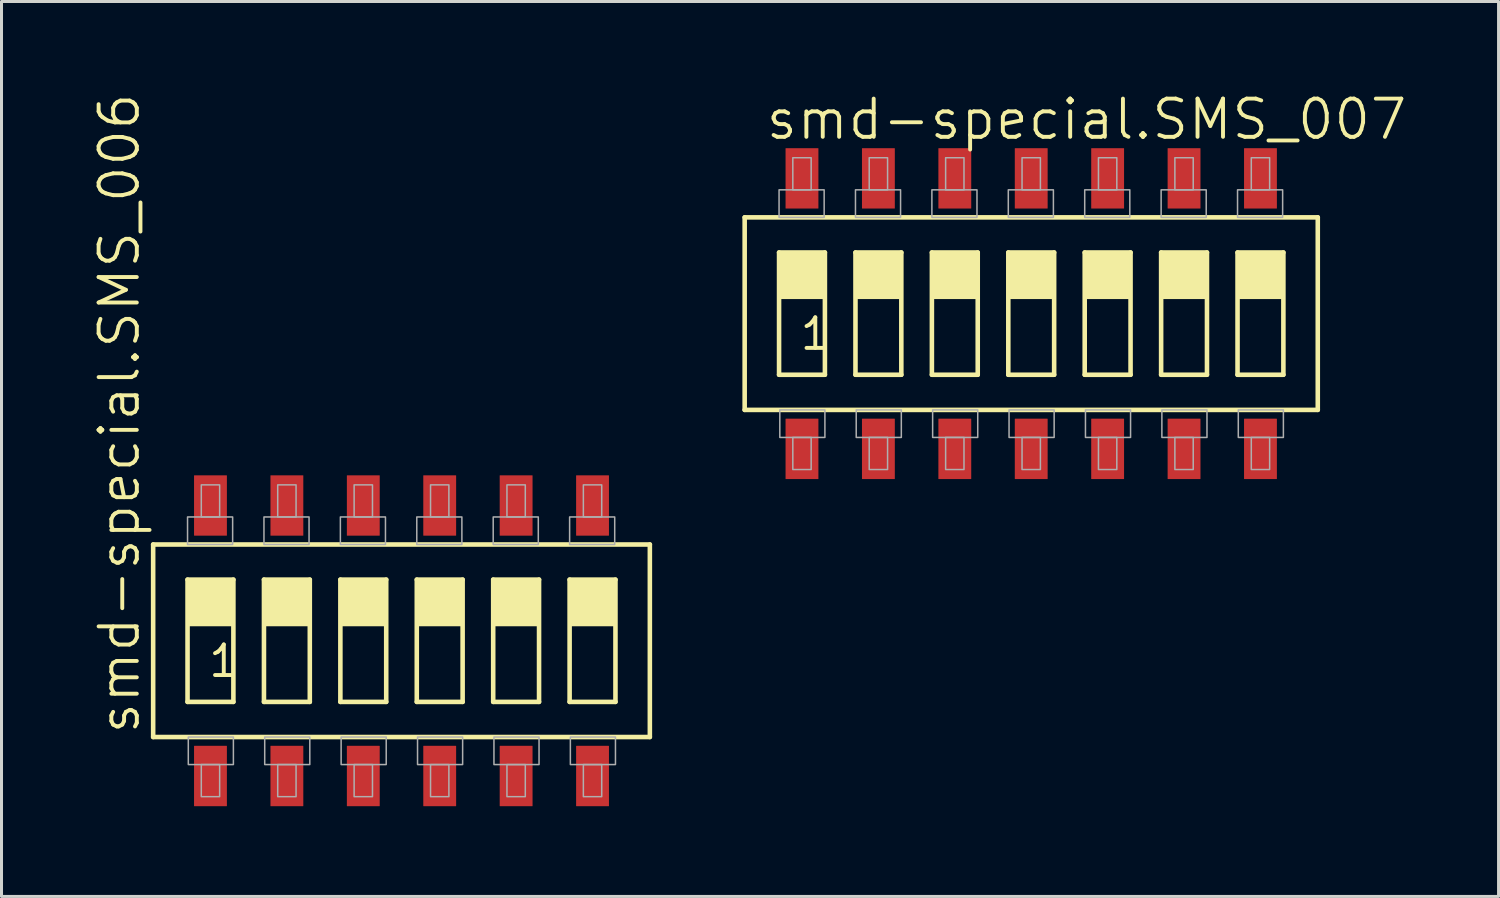
<source format=kicad_pcb>
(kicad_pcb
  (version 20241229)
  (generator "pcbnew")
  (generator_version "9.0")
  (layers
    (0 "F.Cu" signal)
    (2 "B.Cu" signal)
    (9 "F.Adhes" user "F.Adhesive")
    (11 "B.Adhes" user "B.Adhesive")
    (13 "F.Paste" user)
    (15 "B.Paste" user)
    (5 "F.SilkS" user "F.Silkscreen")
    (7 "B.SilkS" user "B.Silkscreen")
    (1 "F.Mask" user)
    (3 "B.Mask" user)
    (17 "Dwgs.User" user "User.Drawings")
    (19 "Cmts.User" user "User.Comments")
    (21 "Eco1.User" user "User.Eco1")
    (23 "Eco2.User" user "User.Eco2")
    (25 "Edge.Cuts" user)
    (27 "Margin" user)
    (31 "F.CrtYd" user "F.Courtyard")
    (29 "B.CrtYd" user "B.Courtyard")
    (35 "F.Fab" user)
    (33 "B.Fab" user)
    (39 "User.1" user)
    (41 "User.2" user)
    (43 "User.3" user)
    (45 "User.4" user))
  (footprint "smd-special.SMS_007"
    (layer "F.Cu")
    (at 31.228 7.375)
    (property "Reference" "smd-special.SMS_007" (at -8.89 -5.715 0) (layer "F.SilkS") (effects (font (size 1.27 1.27) (thickness 0.13)) (justify left bottom)))
    (attr smd)
    (fp_line (start -9.525 3.2) (end -9.525 -3.2) (stroke (width 0.152) (type default)) (layer "F.SilkS"))
    (fp_line (start -9.525 3.2) (end 9.525 3.2) (stroke (width 0.152) (type default)) (layer "F.SilkS"))
    (fp_line (start -8.382 -2.032) (end -6.858 -2.032) (stroke (width 0.152) (type default)) (layer "F.SilkS"))
    (fp_line (start -8.382 2.032) (end -8.382 -2.032) (stroke (width 0.152) (type default)) (layer "F.SilkS"))
    (fp_line (start -6.858 -2.032) (end -6.858 2.032) (stroke (width 0.152) (type default)) (layer "F.SilkS"))
    (fp_line (start -6.858 2.032) (end -8.382 2.032) (stroke (width 0.152) (type default)) (layer "F.SilkS"))
    (fp_line (start -5.842 -2.032) (end -4.318 -2.032) (stroke (width 0.152) (type default)) (layer "F.SilkS"))
    (fp_line (start -5.842 2.032) (end -5.842 -2.032) (stroke (width 0.152) (type default)) (layer "F.SilkS"))
    (fp_line (start -4.318 -2.032) (end -4.318 2.032) (stroke (width 0.152) (type default)) (layer "F.SilkS"))
    (fp_line (start -4.318 2.032) (end -5.842 2.032) (stroke (width 0.152) (type default)) (layer "F.SilkS"))
    (fp_line (start -3.302 -2.032) (end -1.778 -2.032) (stroke (width 0.152) (type default)) (layer "F.SilkS"))
    (fp_line (start -3.302 2.032) (end -3.302 -2.032) (stroke (width 0.152) (type default)) (layer "F.SilkS"))
    (fp_line (start -1.778 -2.032) (end -1.778 2.032) (stroke (width 0.152) (type default)) (layer "F.SilkS"))
    (fp_line (start -1.778 2.032) (end -3.302 2.032) (stroke (width 0.152) (type default)) (layer "F.SilkS"))
    (fp_line (start -0.762 -2.032) (end 0.762 -2.032) (stroke (width 0.152) (type default)) (layer "F.SilkS"))
    (fp_line (start -0.762 2.032) (end -0.762 -2.032) (stroke (width 0.152) (type default)) (layer "F.SilkS"))
    (fp_line (start 0.762 -2.032) (end 0.762 2.032) (stroke (width 0.152) (type default)) (layer "F.SilkS"))
    (fp_line (start 0.762 2.032) (end -0.762 2.032) (stroke (width 0.152) (type default)) (layer "F.SilkS"))
    (fp_line (start 1.778 -2.032) (end 3.302 -2.032) (stroke (width 0.152) (type default)) (layer "F.SilkS"))
    (fp_line (start 1.778 2.032) (end 1.778 -2.032) (stroke (width 0.152) (type default)) (layer "F.SilkS"))
    (fp_line (start 3.302 -2.032) (end 3.302 2.032) (stroke (width 0.152) (type default)) (layer "F.SilkS"))
    (fp_line (start 3.302 2.032) (end 1.778 2.032) (stroke (width 0.152) (type default)) (layer "F.SilkS"))
    (fp_line (start 4.318 -2.032) (end 5.842 -2.032) (stroke (width 0.152) (type default)) (layer "F.SilkS"))
    (fp_line (start 4.318 2.032) (end 4.318 -2.032) (stroke (width 0.152) (type default)) (layer "F.SilkS"))
    (fp_line (start 5.842 -2.032) (end 5.842 2.032) (stroke (width 0.152) (type default)) (layer "F.SilkS"))
    (fp_line (start 5.842 2.032) (end 4.318 2.032) (stroke (width 0.152) (type default)) (layer "F.SilkS"))
    (fp_line (start 6.858 -2.032) (end 8.382 -2.032) (stroke (width 0.152) (type default)) (layer "F.SilkS"))
    (fp_line (start 6.858 2.032) (end 6.858 -2.032) (stroke (width 0.152) (type default)) (layer "F.SilkS"))
    (fp_line (start 8.382 -2.032) (end 8.382 2.032) (stroke (width 0.152) (type default)) (layer "F.SilkS"))
    (fp_line (start 8.382 2.032) (end 6.858 2.032) (stroke (width 0.152) (type default)) (layer "F.SilkS"))
    (fp_line (start 9.525 -3.2) (end -9.525 -3.2) (stroke (width 0.152) (type default)) (layer "F.SilkS"))
    (fp_line (start 9.525 -3.2) (end 9.525 3.2) (stroke (width 0.152) (type default)) (layer "F.SilkS"))
    (fp_rect (start -8.382 -0.508) (end -6.858 -2.032) (stroke (width 0.05) (type default)) (fill yes) (layer "F.SilkS"))
    (fp_rect (start -5.842 -0.508) (end -4.318 -2.032) (stroke (width 0.05) (type default)) (fill yes) (layer "F.SilkS"))
    (fp_rect (start -3.302 -0.508) (end -1.778 -2.032) (stroke (width 0.05) (type default)) (fill yes) (layer "F.SilkS"))
    (fp_rect (start -0.762 -0.508) (end 0.762 -2.032) (stroke (width 0.05) (type default)) (fill yes) (layer "F.SilkS"))
    (fp_rect (start 1.778 -0.508) (end 3.302 -2.032) (stroke (width 0.05) (type default)) (fill yes) (layer "F.SilkS"))
    (fp_rect (start 4.318 -0.508) (end 5.842 -2.032) (stroke (width 0.05) (type default)) (fill yes) (layer "F.SilkS"))
    (fp_rect (start 6.858 -0.508) (end 8.382 -2.032) (stroke (width 0.05) (type default)) (fill yes) (layer "F.SilkS"))
    (fp_rect (start -8.382 -3.2) (end -6.883 -4.115) (stroke (width 0.05) (type default)) (fill no) (layer "F.Fab"))
    (fp_rect (start -8.357 4.115) (end -6.858 3.2) (stroke (width 0.05) (type default)) (fill no) (layer "F.Fab"))
    (fp_rect (start -7.925 -4.115) (end -7.315 -5.182) (stroke (width 0.05) (type default)) (fill no) (layer "F.Fab"))
    (fp_rect (start -7.925 5.182) (end -7.315 4.115) (stroke (width 0.05) (type default)) (fill no) (layer "F.Fab"))
    (fp_rect (start -5.842 -3.2) (end -4.343 -4.115) (stroke (width 0.05) (type default)) (fill no) (layer "F.Fab"))
    (fp_rect (start -5.817 4.115) (end -4.318 3.2) (stroke (width 0.05) (type default)) (fill no) (layer "F.Fab"))
    (fp_rect (start -5.385 -4.115) (end -4.775 -5.182) (stroke (width 0.05) (type default)) (fill no) (layer "F.Fab"))
    (fp_rect (start -5.385 5.182) (end -4.775 4.115) (stroke (width 0.05) (type default)) (fill no) (layer "F.Fab"))
    (fp_rect (start -3.302 -3.2) (end -1.803 -4.115) (stroke (width 0.05) (type default)) (fill no) (layer "F.Fab"))
    (fp_rect (start -3.277 4.115) (end -1.778 3.2) (stroke (width 0.05) (type default)) (fill no) (layer "F.Fab"))
    (fp_rect (start -2.845 -4.115) (end -2.235 -5.182) (stroke (width 0.05) (type default)) (fill no) (layer "F.Fab"))
    (fp_rect (start -2.845 5.182) (end -2.235 4.115) (stroke (width 0.05) (type default)) (fill no) (layer "F.Fab"))
    (fp_rect (start -0.762 -3.2) (end 0.737 -4.115) (stroke (width 0.05) (type default)) (fill no) (layer "F.Fab"))
    (fp_rect (start -0.737 4.115) (end 0.762 3.2) (stroke (width 0.05) (type default)) (fill no) (layer "F.Fab"))
    (fp_rect (start -0.305 -4.115) (end 0.305 -5.182) (stroke (width 0.05) (type default)) (fill no) (layer "F.Fab"))
    (fp_rect (start -0.305 5.182) (end 0.305 4.115) (stroke (width 0.05) (type default)) (fill no) (layer "F.Fab"))
    (fp_rect (start 1.778 -3.2) (end 3.277 -4.115) (stroke (width 0.05) (type default)) (fill no) (layer "F.Fab"))
    (fp_rect (start 1.803 4.115) (end 3.302 3.2) (stroke (width 0.05) (type default)) (fill no) (layer "F.Fab"))
    (fp_rect (start 2.235 -4.115) (end 2.845 -5.182) (stroke (width 0.05) (type default)) (fill no) (layer "F.Fab"))
    (fp_rect (start 2.235 5.182) (end 2.845 4.115) (stroke (width 0.05) (type default)) (fill no) (layer "F.Fab"))
    (fp_rect (start 4.318 -3.2) (end 5.817 -4.115) (stroke (width 0.05) (type default)) (fill no) (layer "F.Fab"))
    (fp_rect (start 4.343 4.115) (end 5.842 3.2) (stroke (width 0.05) (type default)) (fill no) (layer "F.Fab"))
    (fp_rect (start 4.775 -4.115) (end 5.385 -5.182) (stroke (width 0.05) (type default)) (fill no) (layer "F.Fab"))
    (fp_rect (start 4.775 5.182) (end 5.385 4.115) (stroke (width 0.05) (type default)) (fill no) (layer "F.Fab"))
    (fp_rect (start 6.858 -3.2) (end 8.357 -4.115) (stroke (width 0.05) (type default)) (fill no) (layer "F.Fab"))
    (fp_rect (start 6.883 4.115) (end 8.382 3.2) (stroke (width 0.05) (type default)) (fill no) (layer "F.Fab"))
    (fp_rect (start 7.315 -4.115) (end 7.925 -5.182) (stroke (width 0.05) (type default)) (fill no) (layer "F.Fab"))
    (fp_rect (start 7.315 5.182) (end 7.925 4.115) (stroke (width 0.05) (type default)) (fill no) (layer "F.Fab"))
    (fp_text user "1" (at -7.747 1.27 0) (layer "F.SilkS") (effects (font (size 1.016 1.016) (thickness 0.13)) (justify left bottom)))
    (pad "1" smd roundrect (at -7.62 4.496) (size 1.092 2.007) (layers "F.Cu" "F.Mask" "F.Paste") (roundrect_rratio 0.01))
    (pad "2" smd roundrect (at -5.08 4.496) (size 1.092 2.007) (layers "F.Cu" "F.Mask" "F.Paste") (roundrect_rratio 0.01))
    (pad "3" smd roundrect (at -2.54 4.496) (size 1.092 2.007) (layers "F.Cu" "F.Mask" "F.Paste") (roundrect_rratio 0.01))
    (pad "4" smd roundrect (at 0 4.496) (size 1.092 2.007) (layers "F.Cu" "F.Mask" "F.Paste") (roundrect_rratio 0.01))
    (pad "5" smd roundrect (at 2.54 4.496) (size 1.092 2.007) (layers "F.Cu" "F.Mask" "F.Paste") (roundrect_rratio 0.01))
    (pad "6" smd roundrect (at 5.08 4.496) (size 1.092 2.007) (layers "F.Cu" "F.Mask" "F.Paste") (roundrect_rratio 0.01))
    (pad "7" smd roundrect (at 7.62 4.496) (size 1.092 2.007) (layers "F.Cu" "F.Mask" "F.Paste") (roundrect_rratio 0.01))
    (pad "8" smd roundrect (at 7.62 -4.496) (size 1.092 2.007) (layers "F.Cu" "F.Mask" "F.Paste") (roundrect_rratio 0.01))
    (pad "9" smd roundrect (at 5.08 -4.496) (size 1.092 2.007) (layers "F.Cu" "F.Mask" "F.Paste") (roundrect_rratio 0.01))
    (pad "10" smd roundrect (at 2.54 -4.496) (size 1.092 2.007) (layers "F.Cu" "F.Mask" "F.Paste") (roundrect_rratio 0.01))
    (pad "11" smd roundrect (at 0 -4.496) (size 1.092 2.007) (layers "F.Cu" "F.Mask" "F.Paste") (roundrect_rratio 0.01))
    (pad "12" smd roundrect (at -2.54 -4.496) (size 1.092 2.007) (layers "F.Cu" "F.Mask" "F.Paste") (roundrect_rratio 0.01))
    (pad "13" smd roundrect (at -5.08 -4.496) (size 1.092 2.007) (layers "F.Cu" "F.Mask" "F.Paste") (roundrect_rratio 0.01))
    (pad "14" smd roundrect (at -7.62 -4.496) (size 1.092 2.007) (layers "F.Cu" "F.Mask" "F.Paste") (roundrect_rratio 0.01)))
  (footprint "smd-special.SMS_006"
    (layer "F.Cu")
    (at 10.296 18.249)
    (property "Reference" "smd-special.SMS_006" (at -8.636 3.175 90) (layer "F.SilkS") (effects (font (size 1.27 1.27) (thickness 0.13)) (justify left bottom)))
    (attr smd)
    (fp_line (start -8.255 3.2) (end -8.255 -3.2) (stroke (width 0.152) (type default)) (layer "F.SilkS"))
    (fp_line (start -8.255 3.2) (end 8.255 3.2) (stroke (width 0.152) (type default)) (layer "F.SilkS"))
    (fp_line (start -7.112 -2.032) (end -5.588 -2.032) (stroke (width 0.152) (type default)) (layer "F.SilkS"))
    (fp_line (start -7.112 2.032) (end -7.112 -2.032) (stroke (width 0.152) (type default)) (layer "F.SilkS"))
    (fp_line (start -5.588 -2.032) (end -5.588 2.032) (stroke (width 0.152) (type default)) (layer "F.SilkS"))
    (fp_line (start -5.588 2.032) (end -7.112 2.032) (stroke (width 0.152) (type default)) (layer "F.SilkS"))
    (fp_line (start -4.572 -2.032) (end -3.048 -2.032) (stroke (width 0.152) (type default)) (layer "F.SilkS"))
    (fp_line (start -4.572 2.032) (end -4.572 -2.032) (stroke (width 0.152) (type default)) (layer "F.SilkS"))
    (fp_line (start -3.048 -2.032) (end -3.048 2.032) (stroke (width 0.152) (type default)) (layer "F.SilkS"))
    (fp_line (start -3.048 2.032) (end -4.572 2.032) (stroke (width 0.152) (type default)) (layer "F.SilkS"))
    (fp_line (start -2.032 -2.032) (end -0.508 -2.032) (stroke (width 0.152) (type default)) (layer "F.SilkS"))
    (fp_line (start -2.032 2.032) (end -2.032 -2.032) (stroke (width 0.152) (type default)) (layer "F.SilkS"))
    (fp_line (start -0.508 -2.032) (end -0.508 2.032) (stroke (width 0.152) (type default)) (layer "F.SilkS"))
    (fp_line (start -0.508 2.032) (end -2.032 2.032) (stroke (width 0.152) (type default)) (layer "F.SilkS"))
    (fp_line (start 0.508 -2.032) (end 2.032 -2.032) (stroke (width 0.152) (type default)) (layer "F.SilkS"))
    (fp_line (start 0.508 2.032) (end 0.508 -2.032) (stroke (width 0.152) (type default)) (layer "F.SilkS"))
    (fp_line (start 2.032 -2.032) (end 2.032 2.032) (stroke (width 0.152) (type default)) (layer "F.SilkS"))
    (fp_line (start 2.032 2.032) (end 0.508 2.032) (stroke (width 0.152) (type default)) (layer "F.SilkS"))
    (fp_line (start 3.048 -2.032) (end 4.572 -2.032) (stroke (width 0.152) (type default)) (layer "F.SilkS"))
    (fp_line (start 3.048 2.032) (end 3.048 -2.032) (stroke (width 0.152) (type default)) (layer "F.SilkS"))
    (fp_line (start 4.572 -2.032) (end 4.572 2.032) (stroke (width 0.152) (type default)) (layer "F.SilkS"))
    (fp_line (start 4.572 2.032) (end 3.048 2.032) (stroke (width 0.152) (type default)) (layer "F.SilkS"))
    (fp_line (start 5.588 -2.032) (end 7.112 -2.032) (stroke (width 0.152) (type default)) (layer "F.SilkS"))
    (fp_line (start 5.588 2.032) (end 5.588 -2.032) (stroke (width 0.152) (type default)) (layer "F.SilkS"))
    (fp_line (start 7.112 -2.032) (end 7.112 2.032) (stroke (width 0.152) (type default)) (layer "F.SilkS"))
    (fp_line (start 7.112 2.032) (end 5.588 2.032) (stroke (width 0.152) (type default)) (layer "F.SilkS"))
    (fp_line (start 8.255 -3.2) (end -8.255 -3.2) (stroke (width 0.152) (type default)) (layer "F.SilkS"))
    (fp_line (start 8.255 -3.2) (end 8.255 3.2) (stroke (width 0.152) (type default)) (layer "F.SilkS"))
    (fp_rect (start -7.112 -0.508) (end -5.588 -2.032) (stroke (width 0.05) (type default)) (fill yes) (layer "F.SilkS"))
    (fp_rect (start -4.572 -0.508) (end -3.048 -2.032) (stroke (width 0.05) (type default)) (fill yes) (layer "F.SilkS"))
    (fp_rect (start -2.032 -0.508) (end -0.508 -2.032) (stroke (width 0.05) (type default)) (fill yes) (layer "F.SilkS"))
    (fp_rect (start 0.508 -0.508) (end 2.032 -2.032) (stroke (width 0.05) (type default)) (fill yes) (layer "F.SilkS"))
    (fp_rect (start 3.048 -0.508) (end 4.572 -2.032) (stroke (width 0.05) (type default)) (fill yes) (layer "F.SilkS"))
    (fp_rect (start 5.588 -0.508) (end 7.112 -2.032) (stroke (width 0.05) (type default)) (fill yes) (layer "F.SilkS"))
    (fp_rect (start -7.112 -3.2) (end -5.613 -4.115) (stroke (width 0.05) (type default)) (fill no) (layer "F.Fab"))
    (fp_rect (start -7.087 4.115) (end -5.588 3.2) (stroke (width 0.05) (type default)) (fill no) (layer "F.Fab"))
    (fp_rect (start -6.655 -4.115) (end -6.045 -5.182) (stroke (width 0.05) (type default)) (fill no) (layer "F.Fab"))
    (fp_rect (start -6.655 5.182) (end -6.045 4.115) (stroke (width 0.05) (type default)) (fill no) (layer "F.Fab"))
    (fp_rect (start -4.572 -3.2) (end -3.073 -4.115) (stroke (width 0.05) (type default)) (fill no) (layer "F.Fab"))
    (fp_rect (start -4.547 4.115) (end -3.048 3.2) (stroke (width 0.05) (type default)) (fill no) (layer "F.Fab"))
    (fp_rect (start -4.115 -4.115) (end -3.505 -5.182) (stroke (width 0.05) (type default)) (fill no) (layer "F.Fab"))
    (fp_rect (start -4.115 5.182) (end -3.505 4.115) (stroke (width 0.05) (type default)) (fill no) (layer "F.Fab"))
    (fp_rect (start -2.032 -3.2) (end -0.533 -4.115) (stroke (width 0.05) (type default)) (fill no) (layer "F.Fab"))
    (fp_rect (start -2.007 4.115) (end -0.508 3.2) (stroke (width 0.05) (type default)) (fill no) (layer "F.Fab"))
    (fp_rect (start -1.575 -4.115) (end -0.965 -5.182) (stroke (width 0.05) (type default)) (fill no) (layer "F.Fab"))
    (fp_rect (start -1.575 5.182) (end -0.965 4.115) (stroke (width 0.05) (type default)) (fill no) (layer "F.Fab"))
    (fp_rect (start 0.508 -3.2) (end 2.007 -4.115) (stroke (width 0.05) (type default)) (fill no) (layer "F.Fab"))
    (fp_rect (start 0.533 4.115) (end 2.032 3.2) (stroke (width 0.05) (type default)) (fill no) (layer "F.Fab"))
    (fp_rect (start 0.965 -4.115) (end 1.575 -5.182) (stroke (width 0.05) (type default)) (fill no) (layer "F.Fab"))
    (fp_rect (start 0.965 5.182) (end 1.575 4.115) (stroke (width 0.05) (type default)) (fill no) (layer "F.Fab"))
    (fp_rect (start 3.048 -3.2) (end 4.547 -4.115) (stroke (width 0.05) (type default)) (fill no) (layer "F.Fab"))
    (fp_rect (start 3.073 4.115) (end 4.572 3.2) (stroke (width 0.05) (type default)) (fill no) (layer "F.Fab"))
    (fp_rect (start 3.505 -4.115) (end 4.115 -5.182) (stroke (width 0.05) (type default)) (fill no) (layer "F.Fab"))
    (fp_rect (start 3.505 5.182) (end 4.115 4.115) (stroke (width 0.05) (type default)) (fill no) (layer "F.Fab"))
    (fp_rect (start 5.588 -3.2) (end 7.087 -4.115) (stroke (width 0.05) (type default)) (fill no) (layer "F.Fab"))
    (fp_rect (start 5.613 4.115) (end 7.112 3.2) (stroke (width 0.05) (type default)) (fill no) (layer "F.Fab"))
    (fp_rect (start 6.045 -4.115) (end 6.655 -5.182) (stroke (width 0.05) (type default)) (fill no) (layer "F.Fab"))
    (fp_rect (start 6.045 5.182) (end 6.655 4.115) (stroke (width 0.05) (type default)) (fill no) (layer "F.Fab"))
    (fp_text user "1" (at -6.477 1.27 0) (layer "F.SilkS") (effects (font (size 1.016 1.016) (thickness 0.13)) (justify left bottom)))
    (pad "1" smd roundrect (at -6.35 4.496) (size 1.092 2.007) (layers "F.Cu" "F.Mask" "F.Paste") (roundrect_rratio 0.01))
    (pad "2" smd roundrect (at -3.81 4.496) (size 1.092 2.007) (layers "F.Cu" "F.Mask" "F.Paste") (roundrect_rratio 0.01))
    (pad "3" smd roundrect (at -1.27 4.496) (size 1.092 2.007) (layers "F.Cu" "F.Mask" "F.Paste") (roundrect_rratio 0.01))
    (pad "4" smd roundrect (at 1.27 4.496) (size 1.092 2.007) (layers "F.Cu" "F.Mask" "F.Paste") (roundrect_rratio 0.01))
    (pad "5" smd roundrect (at 3.81 4.496) (size 1.092 2.007) (layers "F.Cu" "F.Mask" "F.Paste") (roundrect_rratio 0.01))
    (pad "6" smd roundrect (at 6.35 4.496) (size 1.092 2.007) (layers "F.Cu" "F.Mask" "F.Paste") (roundrect_rratio 0.01))
    (pad "7" smd roundrect (at 6.35 -4.496) (size 1.092 2.007) (layers "F.Cu" "F.Mask" "F.Paste") (roundrect_rratio 0.01))
    (pad "8" smd roundrect (at 3.81 -4.496) (size 1.092 2.007) (layers "F.Cu" "F.Mask" "F.Paste") (roundrect_rratio 0.01))
    (pad "9" smd roundrect (at 1.27 -4.496) (size 1.092 2.007) (layers "F.Cu" "F.Mask" "F.Paste") (roundrect_rratio 0.01))
    (pad "10" smd roundrect (at -1.27 -4.496) (size 1.092 2.007) (layers "F.Cu" "F.Mask" "F.Paste") (roundrect_rratio 0.01))
    (pad "11" smd roundrect (at -3.81 -4.496) (size 1.092 2.007) (layers "F.Cu" "F.Mask" "F.Paste") (roundrect_rratio 0.01))
    (pad "12" smd roundrect (at -6.35 -4.496) (size 1.092 2.007) (layers "F.Cu" "F.Mask" "F.Paste") (roundrect_rratio 0.01)))
  (gr_rect
    (start -3 -3)
    (end 46.762 26.748)
    (stroke (width 0.1) (type default))
    (fill no)
    (layer "Edge.Cuts")))
</source>
